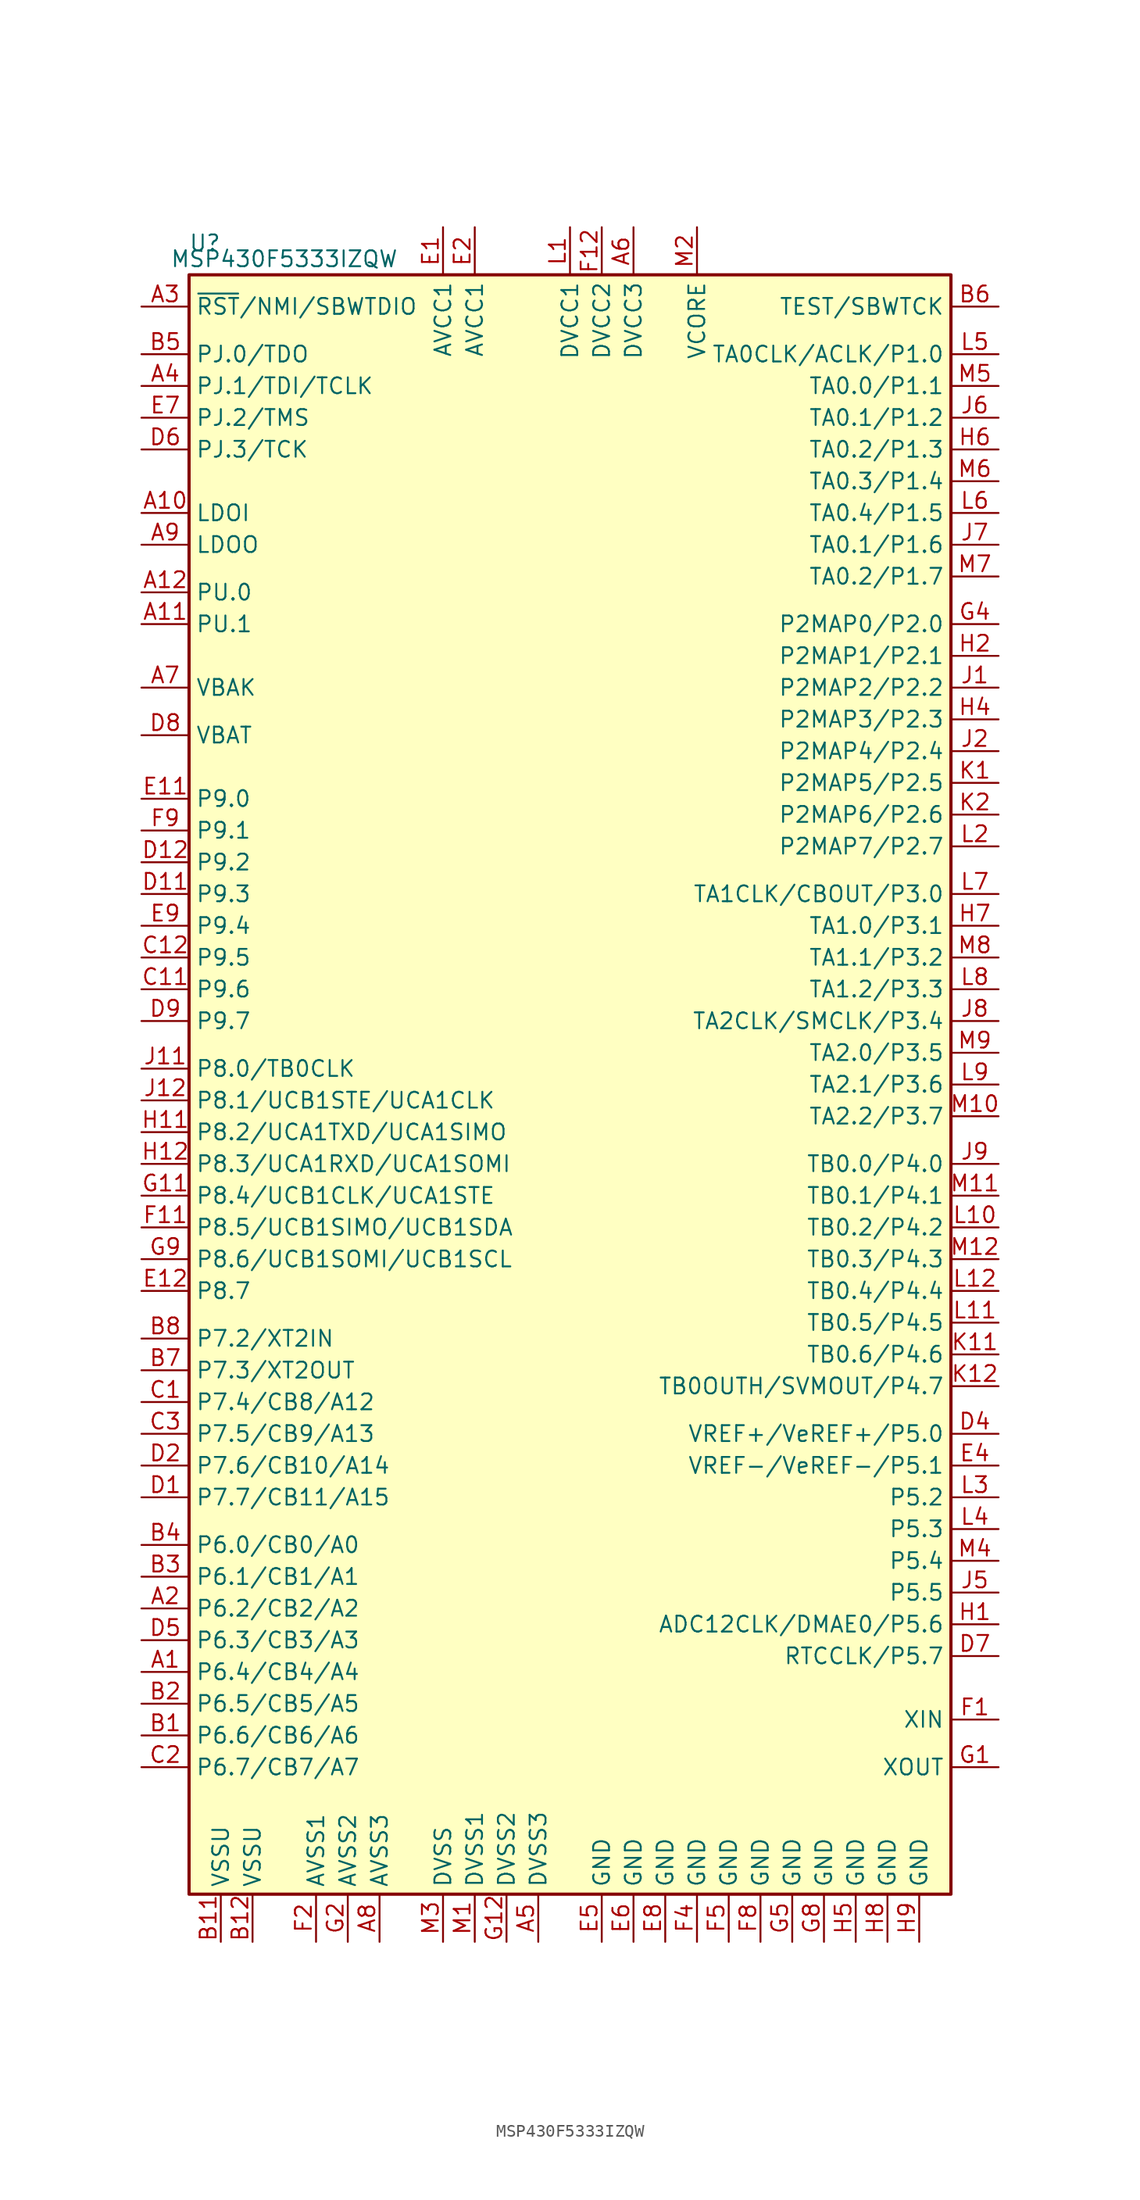
<source format=kicad_sym>
(kicad_symbol_lib
  (version 20201005)
  (generator kicad_symbol_editor)
  (symbol "MSP430F5333IZQW"
    (property "Reference" "U"
      (at -29.21 67.31 0)
      (effects (font (size 1.27 1.27))))
    (property "Value" "MSP430F5333IZQW"
      (at -22.86 66.04 0)
      (effects (font (size 1.27 1.27))))
    (symbol "MSP430F5333IZQW_0_1"
      (rectangle (start -30.48 64.77) (end 30.48 -64.77) (stroke (width 0.254)) (fill (type background))))
    (symbol "MSP430F5333IZQW_1_1"
      (pin bidirectional line (at -34.29 -46.99 0) (length 3.81) (name "P6.4/CB4/A4" (effects (font (size 1.27 1.27)))) (number "A1" (effects (font (size 1.27 1.27)))))
      (pin bidirectional line (at -34.29 45.72 0) (length 3.81) (name "LDOI" (effects (font (size 1.27 1.27)))) (number "A10" (effects (font (size 1.27 1.27)))))
      (pin bidirectional line (at -34.29 36.83 0) (length 3.81) (name "PU.1" (effects (font (size 1.27 1.27)))) (number "A11" (effects (font (size 1.27 1.27)))))
      (pin bidirectional line (at -34.29 39.37 0) (length 3.81) (name "PU.0" (effects (font (size 1.27 1.27)))) (number "A12" (effects (font (size 1.27 1.27)))))
      (pin bidirectional line (at -34.29 -41.91 0) (length 3.81) (name "P6.2/CB2/A2" (effects (font (size 1.27 1.27)))) (number "A2" (effects (font (size 1.27 1.27)))))
      (pin input line (at -34.29 62.23 0) (length 3.81) (name "~RST~/NMI/SBWTDIO" (effects (font (size 1.27 1.27)))) (number "A3" (effects (font (size 1.27 1.27)))))
      (pin bidirectional line (at -34.29 55.88 0) (length 3.81) (name "PJ.1/TDI/TCLK" (effects (font (size 1.27 1.27)))) (number "A4" (effects (font (size 1.27 1.27)))))
      (pin power_in line (at -2.54 -68.58 90) (length 3.81) (name "DVSS3" (effects (font (size 1.27 1.27)))) (number "A5" (effects (font (size 1.27 1.27)))))
      (pin power_in line (at 5.08 68.58 270) (length 3.81) (name "DVCC3" (effects (font (size 1.27 1.27)))) (number "A6" (effects (font (size 1.27 1.27)))))
      (pin bidirectional line (at -34.29 31.75 0) (length 3.81) (name "VBAK" (effects (font (size 1.27 1.27)))) (number "A7" (effects (font (size 1.27 1.27)))))
      (pin power_in line (at -15.24 -68.58 90) (length 3.81) (name "AVSS3" (effects (font (size 1.27 1.27)))) (number "A8" (effects (font (size 1.27 1.27)))))
      (pin bidirectional line (at -34.29 43.18 0) (length 3.81) (name "LDOO" (effects (font (size 1.27 1.27)))) (number "A9" (effects (font (size 1.27 1.27)))))
      (pin bidirectional line (at -34.29 -52.07 0) (length 3.81) (name "P6.6/CB6/A6" (effects (font (size 1.27 1.27)))) (number "B1" (effects (font (size 1.27 1.27)))))
      (pin power_in line (at -27.94 -68.58 90) (length 3.81) (name "VSSU" (effects (font (size 1.27 1.27)))) (number "B11" (effects (font (size 1.27 1.27)))))
      (pin power_in line (at -25.4 -68.58 90) (length 3.81) (name "VSSU" (effects (font (size 1.27 1.27)))) (number "B12" (effects (font (size 1.27 1.27)))))
      (pin bidirectional line (at -34.29 -49.53 0) (length 3.81) (name "P6.5/CB5/A5" (effects (font (size 1.27 1.27)))) (number "B2" (effects (font (size 1.27 1.27)))))
      (pin bidirectional line (at -34.29 -39.37 0) (length 3.81) (name "P6.1/CB1/A1" (effects (font (size 1.27 1.27)))) (number "B3" (effects (font (size 1.27 1.27)))))
      (pin bidirectional line (at -34.29 -36.83 0) (length 3.81) (name "P6.0/CB0/A0" (effects (font (size 1.27 1.27)))) (number "B4" (effects (font (size 1.27 1.27)))))
      (pin bidirectional line (at -34.29 58.42 0) (length 3.81) (name "PJ.0/TDO" (effects (font (size 1.27 1.27)))) (number "B5" (effects (font (size 1.27 1.27)))))
      (pin input line (at 34.29 62.23 180) (length 3.81) (name "TEST/SBWTCK" (effects (font (size 1.27 1.27)))) (number "B6" (effects (font (size 1.27 1.27)))))
      (pin bidirectional line (at -34.29 -22.86 0) (length 3.81) (name "P7.3/XT2OUT" (effects (font (size 1.27 1.27)))) (number "B7" (effects (font (size 1.27 1.27)))))
      (pin bidirectional line (at -34.29 -20.32 0) (length 3.81) (name "P7.2/XT2IN" (effects (font (size 1.27 1.27)))) (number "B8" (effects (font (size 1.27 1.27)))))
      (pin bidirectional line (at -34.29 -25.4 0) (length 3.81) (name "P7.4/CB8/A12" (effects (font (size 1.27 1.27)))) (number "C1" (effects (font (size 1.27 1.27)))))
      (pin bidirectional line (at -34.29 7.62 0) (length 3.81) (name "P9.6" (effects (font (size 1.27 1.27)))) (number "C11" (effects (font (size 1.27 1.27)))))
      (pin bidirectional line (at -34.29 10.16 0) (length 3.81) (name "P9.5" (effects (font (size 1.27 1.27)))) (number "C12" (effects (font (size 1.27 1.27)))))
      (pin bidirectional line (at -34.29 -54.61 0) (length 3.81) (name "P6.7/CB7/A7" (effects (font (size 1.27 1.27)))) (number "C2" (effects (font (size 1.27 1.27)))))
      (pin bidirectional line (at -34.29 -27.94 0) (length 3.81) (name "P7.5/CB9/A13" (effects (font (size 1.27 1.27)))) (number "C3" (effects (font (size 1.27 1.27)))))
      (pin bidirectional line (at -34.29 -33.02 0) (length 3.81) (name "P7.7/CB11/A15" (effects (font (size 1.27 1.27)))) (number "D1" (effects (font (size 1.27 1.27)))))
      (pin bidirectional line (at -34.29 15.24 0) (length 3.81) (name "P9.3" (effects (font (size 1.27 1.27)))) (number "D11" (effects (font (size 1.27 1.27)))))
      (pin bidirectional line (at -34.29 17.78 0) (length 3.81) (name "P9.2" (effects (font (size 1.27 1.27)))) (number "D12" (effects (font (size 1.27 1.27)))))
      (pin bidirectional line (at -34.29 -30.48 0) (length 3.81) (name "P7.6/CB10/A14" (effects (font (size 1.27 1.27)))) (number "D2" (effects (font (size 1.27 1.27)))))
      (pin bidirectional line (at 34.29 -27.94 180) (length 3.81) (name "VREF+/VeREF+/P5.0" (effects (font (size 1.27 1.27)))) (number "D4" (effects (font (size 1.27 1.27)))))
      (pin bidirectional line (at -34.29 -44.45 0) (length 3.81) (name "P6.3/CB3/A3" (effects (font (size 1.27 1.27)))) (number "D5" (effects (font (size 1.27 1.27)))))
      (pin bidirectional line (at -34.29 50.8 0) (length 3.81) (name "PJ.3/TCK" (effects (font (size 1.27 1.27)))) (number "D6" (effects (font (size 1.27 1.27)))))
      (pin bidirectional line (at 34.29 -45.72 180) (length 3.81) (name "RTCCLK/P5.7" (effects (font (size 1.27 1.27)))) (number "D7" (effects (font (size 1.27 1.27)))))
      (pin bidirectional line (at -34.29 27.94 0) (length 3.81) (name "VBAT" (effects (font (size 1.27 1.27)))) (number "D8" (effects (font (size 1.27 1.27)))))
      (pin bidirectional line (at -34.29 5.08 0) (length 3.81) (name "P9.7" (effects (font (size 1.27 1.27)))) (number "D9" (effects (font (size 1.27 1.27)))))
      (pin power_in line (at -10.16 68.58 270) (length 3.81) (name "AVCC1" (effects (font (size 1.27 1.27)))) (number "E1" (effects (font (size 1.27 1.27)))))
      (pin bidirectional line (at -34.29 22.86 0) (length 3.81) (name "P9.0" (effects (font (size 1.27 1.27)))) (number "E11" (effects (font (size 1.27 1.27)))))
      (pin bidirectional line (at -34.29 -16.51 0) (length 3.81) (name "P8.7" (effects (font (size 1.27 1.27)))) (number "E12" (effects (font (size 1.27 1.27)))))
      (pin power_in line (at -7.62 68.58 270) (length 3.81) (name "AVCC1" (effects (font (size 1.27 1.27)))) (number "E2" (effects (font (size 1.27 1.27)))))
      (pin bidirectional line (at 34.29 -30.48 180) (length 3.81) (name "VREF-/VeREF-/P5.1" (effects (font (size 1.27 1.27)))) (number "E4" (effects (font (size 1.27 1.27)))))
      (pin power_in line (at 2.54 -68.58 90) (length 3.81) (name "GND" (effects (font (size 1.27 1.27)))) (number "E5" (effects (font (size 1.27 1.27)))))
      (pin power_in line (at 5.08 -68.58 90) (length 3.81) (name "GND" (effects (font (size 1.27 1.27)))) (number "E6" (effects (font (size 1.27 1.27)))))
      (pin bidirectional line (at -34.29 53.34 0) (length 3.81) (name "PJ.2/TMS" (effects (font (size 1.27 1.27)))) (number "E7" (effects (font (size 1.27 1.27)))))
      (pin power_in line (at 7.62 -68.58 90) (length 3.81) (name "GND" (effects (font (size 1.27 1.27)))) (number "E8" (effects (font (size 1.27 1.27)))))
      (pin bidirectional line (at -34.29 12.7 0) (length 3.81) (name "P9.4" (effects (font (size 1.27 1.27)))) (number "E9" (effects (font (size 1.27 1.27)))))
      (pin bidirectional line (at 34.29 -50.8 180) (length 3.81) (name "XIN" (effects (font (size 1.27 1.27)))) (number "F1" (effects (font (size 1.27 1.27)))))
      (pin bidirectional line (at -34.29 -11.43 0) (length 3.81) (name "P8.5/UCB1SIMO/UCB1SDA" (effects (font (size 1.27 1.27)))) (number "F11" (effects (font (size 1.27 1.27)))))
      (pin power_in line (at 2.54 68.58 270) (length 3.81) (name "DVCC2" (effects (font (size 1.27 1.27)))) (number "F12" (effects (font (size 1.27 1.27)))))
      (pin power_in line (at -20.32 -68.58 90) (length 3.81) (name "AVSS1" (effects (font (size 1.27 1.27)))) (number "F2" (effects (font (size 1.27 1.27)))))
      (pin power_in line (at 10.16 -68.58 90) (length 3.81) (name "GND" (effects (font (size 1.27 1.27)))) (number "F4" (effects (font (size 1.27 1.27)))))
      (pin power_in line (at 12.7 -68.58 90) (length 3.81) (name "GND" (effects (font (size 1.27 1.27)))) (number "F5" (effects (font (size 1.27 1.27)))))
      (pin power_in line (at 15.24 -68.58 90) (length 3.81) (name "GND" (effects (font (size 1.27 1.27)))) (number "F8" (effects (font (size 1.27 1.27)))))
      (pin bidirectional line (at -34.29 20.32 0) (length 3.81) (name "P9.1" (effects (font (size 1.27 1.27)))) (number "F9" (effects (font (size 1.27 1.27)))))
      (pin bidirectional line (at 34.29 -54.61 180) (length 3.81) (name "XOUT" (effects (font (size 1.27 1.27)))) (number "G1" (effects (font (size 1.27 1.27)))))
      (pin bidirectional line (at -34.29 -8.89 0) (length 3.81) (name "P8.4/UCB1CLK/UCA1STE" (effects (font (size 1.27 1.27)))) (number "G11" (effects (font (size 1.27 1.27)))))
      (pin power_in line (at -5.08 -68.58 90) (length 3.81) (name "DVSS2" (effects (font (size 1.27 1.27)))) (number "G12" (effects (font (size 1.27 1.27)))))
      (pin power_in line (at -17.78 -68.58 90) (length 3.81) (name "AVSS2" (effects (font (size 1.27 1.27)))) (number "G2" (effects (font (size 1.27 1.27)))))
      (pin bidirectional line (at 34.29 36.83 180) (length 3.81) (name "P2MAP0/P2.0" (effects (font (size 1.27 1.27)))) (number "G4" (effects (font (size 1.27 1.27)))))
      (pin power_in line (at 17.78 -68.58 90) (length 3.81) (name "GND" (effects (font (size 1.27 1.27)))) (number "G5" (effects (font (size 1.27 1.27)))))
      (pin power_in line (at 20.32 -68.58 90) (length 3.81) (name "GND" (effects (font (size 1.27 1.27)))) (number "G8" (effects (font (size 1.27 1.27)))))
      (pin bidirectional line (at -34.29 -13.97 0) (length 3.81) (name "P8.6/UCB1SOMI/UCB1SCL" (effects (font (size 1.27 1.27)))) (number "G9" (effects (font (size 1.27 1.27)))))
      (pin bidirectional line (at 34.29 -43.18 180) (length 3.81) (name "ADC12CLK/DMAE0/P5.6" (effects (font (size 1.27 1.27)))) (number "H1" (effects (font (size 1.27 1.27)))))
      (pin bidirectional line (at -34.29 -3.81 0) (length 3.81) (name "P8.2/UCA1TXD/UCA1SIMO" (effects (font (size 1.27 1.27)))) (number "H11" (effects (font (size 1.27 1.27)))))
      (pin bidirectional line (at -34.29 -6.35 0) (length 3.81) (name "P8.3/UCA1RXD/UCA1SOMI" (effects (font (size 1.27 1.27)))) (number "H12" (effects (font (size 1.27 1.27)))))
      (pin bidirectional line (at 34.29 34.29 180) (length 3.81) (name "P2MAP1/P2.1" (effects (font (size 1.27 1.27)))) (number "H2" (effects (font (size 1.27 1.27)))))
      (pin bidirectional line (at 34.29 29.21 180) (length 3.81) (name "P2MAP3/P2.3" (effects (font (size 1.27 1.27)))) (number "H4" (effects (font (size 1.27 1.27)))))
      (pin power_in line (at 22.86 -68.58 90) (length 3.81) (name "GND" (effects (font (size 1.27 1.27)))) (number "H5" (effects (font (size 1.27 1.27)))))
      (pin bidirectional line (at 34.29 50.8 180) (length 3.81) (name "TA0.2/P1.3" (effects (font (size 1.27 1.27)))) (number "H6" (effects (font (size 1.27 1.27)))))
      (pin bidirectional line (at 34.29 12.7 180) (length 3.81) (name "TA1.0/P3.1" (effects (font (size 1.27 1.27)))) (number "H7" (effects (font (size 1.27 1.27)))))
      (pin power_in line (at 25.4 -68.58 90) (length 3.81) (name "GND" (effects (font (size 1.27 1.27)))) (number "H8" (effects (font (size 1.27 1.27)))))
      (pin power_in line (at 27.94 -68.58 90) (length 3.81) (name "GND" (effects (font (size 1.27 1.27)))) (number "H9" (effects (font (size 1.27 1.27)))))
      (pin bidirectional line (at 34.29 31.75 180) (length 3.81) (name "P2MAP2/P2.2" (effects (font (size 1.27 1.27)))) (number "J1" (effects (font (size 1.27 1.27)))))
      (pin bidirectional line (at -34.29 1.27 0) (length 3.81) (name "P8.0/TB0CLK" (effects (font (size 1.27 1.27)))) (number "J11" (effects (font (size 1.27 1.27)))))
      (pin bidirectional line (at -34.29 -1.27 0) (length 3.81) (name "P8.1/UCB1STE/UCA1CLK" (effects (font (size 1.27 1.27)))) (number "J12" (effects (font (size 1.27 1.27)))))
      (pin bidirectional line (at 34.29 26.67 180) (length 3.81) (name "P2MAP4/P2.4" (effects (font (size 1.27 1.27)))) (number "J2" (effects (font (size 1.27 1.27)))))
      (pin bidirectional line (at 34.29 -40.64 180) (length 3.81) (name "P5.5" (effects (font (size 1.27 1.27)))) (number "J5" (effects (font (size 1.27 1.27)))))
      (pin bidirectional line (at 34.29 53.34 180) (length 3.81) (name "TA0.1/P1.2" (effects (font (size 1.27 1.27)))) (number "J6" (effects (font (size 1.27 1.27)))))
      (pin bidirectional line (at 34.29 43.18 180) (length 3.81) (name "TA0.1/P1.6" (effects (font (size 1.27 1.27)))) (number "J7" (effects (font (size 1.27 1.27)))))
      (pin bidirectional line (at 34.29 5.08 180) (length 3.81) (name "TA2CLK/SMCLK/P3.4" (effects (font (size 1.27 1.27)))) (number "J8" (effects (font (size 1.27 1.27)))))
      (pin bidirectional line (at 34.29 -6.35 180) (length 3.81) (name "TB0.0/P4.0" (effects (font (size 1.27 1.27)))) (number "J9" (effects (font (size 1.27 1.27)))))
      (pin bidirectional line (at 34.29 24.13 180) (length 3.81) (name "P2MAP5/P2.5" (effects (font (size 1.27 1.27)))) (number "K1" (effects (font (size 1.27 1.27)))))
      (pin bidirectional line (at 34.29 -21.59 180) (length 3.81) (name "TB0.6/P4.6" (effects (font (size 1.27 1.27)))) (number "K11" (effects (font (size 1.27 1.27)))))
      (pin bidirectional line (at 34.29 -24.13 180) (length 3.81) (name "TB0OUTH/SVMOUT/P4.7" (effects (font (size 1.27 1.27)))) (number "K12" (effects (font (size 1.27 1.27)))))
      (pin bidirectional line (at 34.29 21.59 180) (length 3.81) (name "P2MAP6/P2.6" (effects (font (size 1.27 1.27)))) (number "K2" (effects (font (size 1.27 1.27)))))
      (pin power_in line (at 0 68.58 270) (length 3.81) (name "DVCC1" (effects (font (size 1.27 1.27)))) (number "L1" (effects (font (size 1.27 1.27)))))
      (pin bidirectional line (at 34.29 -11.43 180) (length 3.81) (name "TB0.2/P4.2" (effects (font (size 1.27 1.27)))) (number "L10" (effects (font (size 1.27 1.27)))))
      (pin bidirectional line (at 34.29 -19.05 180) (length 3.81) (name "TB0.5/P4.5" (effects (font (size 1.27 1.27)))) (number "L11" (effects (font (size 1.27 1.27)))))
      (pin bidirectional line (at 34.29 -16.51 180) (length 3.81) (name "TB0.4/P4.4" (effects (font (size 1.27 1.27)))) (number "L12" (effects (font (size 1.27 1.27)))))
      (pin bidirectional line (at 34.29 19.05 180) (length 3.81) (name "P2MAP7/P2.7" (effects (font (size 1.27 1.27)))) (number "L2" (effects (font (size 1.27 1.27)))))
      (pin bidirectional line (at 34.29 -33.02 180) (length 3.81) (name "P5.2" (effects (font (size 1.27 1.27)))) (number "L3" (effects (font (size 1.27 1.27)))))
      (pin bidirectional line (at 34.29 -35.56 180) (length 3.81) (name "P5.3" (effects (font (size 1.27 1.27)))) (number "L4" (effects (font (size 1.27 1.27)))))
      (pin bidirectional line (at 34.29 58.42 180) (length 3.81) (name "TA0CLK/ACLK/P1.0" (effects (font (size 1.27 1.27)))) (number "L5" (effects (font (size 1.27 1.27)))))
      (pin bidirectional line (at 34.29 45.72 180) (length 3.81) (name "TA0.4/P1.5" (effects (font (size 1.27 1.27)))) (number "L6" (effects (font (size 1.27 1.27)))))
      (pin bidirectional line (at 34.29 15.24 180) (length 3.81) (name "TA1CLK/CBOUT/P3.0" (effects (font (size 1.27 1.27)))) (number "L7" (effects (font (size 1.27 1.27)))))
      (pin bidirectional line (at 34.29 7.62 180) (length 3.81) (name "TA1.2/P3.3" (effects (font (size 1.27 1.27)))) (number "L8" (effects (font (size 1.27 1.27)))))
      (pin bidirectional line (at 34.29 0 180) (length 3.81) (name "TA2.1/P3.6" (effects (font (size 1.27 1.27)))) (number "L9" (effects (font (size 1.27 1.27)))))
      (pin power_in line (at -7.62 -68.58 90) (length 3.81) (name "DVSS1" (effects (font (size 1.27 1.27)))) (number "M1" (effects (font (size 1.27 1.27)))))
      (pin bidirectional line (at 34.29 -2.54 180) (length 3.81) (name "TA2.2/P3.7" (effects (font (size 1.27 1.27)))) (number "M10" (effects (font (size 1.27 1.27)))))
      (pin bidirectional line (at 34.29 -8.89 180) (length 3.81) (name "TB0.1/P4.1" (effects (font (size 1.27 1.27)))) (number "M11" (effects (font (size 1.27 1.27)))))
      (pin bidirectional line (at 34.29 -13.97 180) (length 3.81) (name "TB0.3/P4.3" (effects (font (size 1.27 1.27)))) (number "M12" (effects (font (size 1.27 1.27)))))
      (pin bidirectional line (at 10.16 68.58 270) (length 3.81) (name "VCORE" (effects (font (size 1.27 1.27)))) (number "M2" (effects (font (size 1.27 1.27)))))
      (pin power_in line (at -10.16 -68.58 90) (length 3.81) (name "DVSS" (effects (font (size 1.27 1.27)))) (number "M3" (effects (font (size 1.27 1.27)))))
      (pin bidirectional line (at 34.29 -38.1 180) (length 3.81) (name "P5.4" (effects (font (size 1.27 1.27)))) (number "M4" (effects (font (size 1.27 1.27)))))
      (pin bidirectional line (at 34.29 55.88 180) (length 3.81) (name "TA0.0/P1.1" (effects (font (size 1.27 1.27)))) (number "M5" (effects (font (size 1.27 1.27)))))
      (pin bidirectional line (at 34.29 48.26 180) (length 3.81) (name "TA0.3/P1.4" (effects (font (size 1.27 1.27)))) (number "M6" (effects (font (size 1.27 1.27)))))
      (pin bidirectional line (at 34.29 40.64 180) (length 3.81) (name "TA0.2/P1.7" (effects (font (size 1.27 1.27)))) (number "M7" (effects (font (size 1.27 1.27)))))
      (pin bidirectional line (at 34.29 10.16 180) (length 3.81) (name "TA1.1/P3.2" (effects (font (size 1.27 1.27)))) (number "M8" (effects (font (size 1.27 1.27)))))
      (pin bidirectional line (at 34.29 2.54 180) (length 3.81) (name "TA2.0/P3.5" (effects (font (size 1.27 1.27)))) (number "M9" (effects (font (size 1.27 1.27))))))))
</source>
